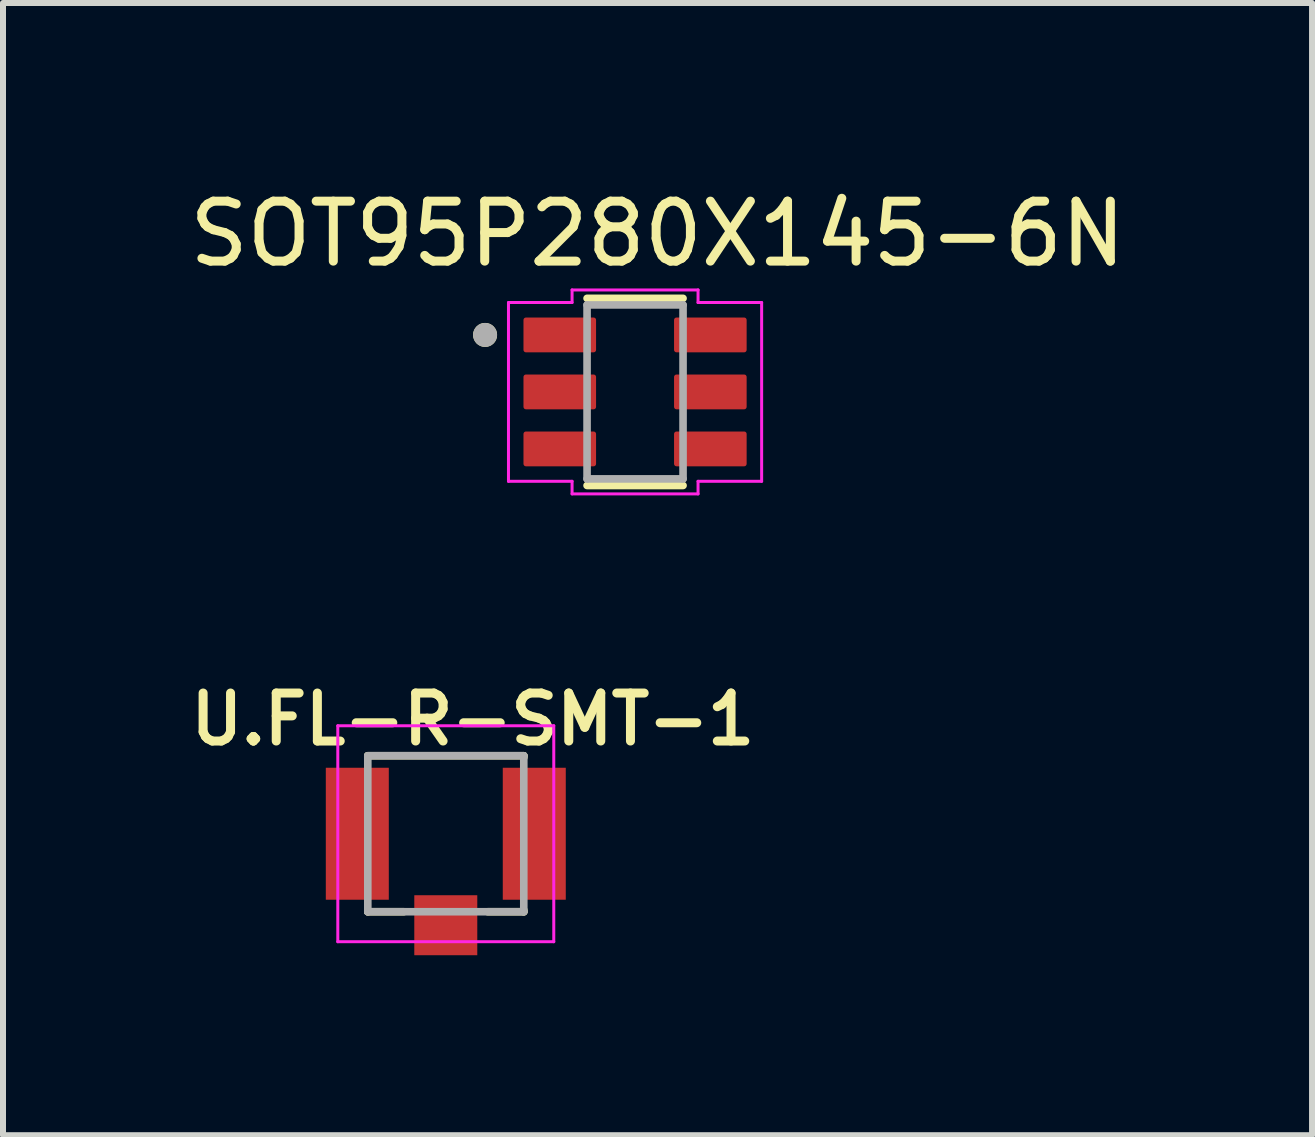
<source format=kicad_pcb>
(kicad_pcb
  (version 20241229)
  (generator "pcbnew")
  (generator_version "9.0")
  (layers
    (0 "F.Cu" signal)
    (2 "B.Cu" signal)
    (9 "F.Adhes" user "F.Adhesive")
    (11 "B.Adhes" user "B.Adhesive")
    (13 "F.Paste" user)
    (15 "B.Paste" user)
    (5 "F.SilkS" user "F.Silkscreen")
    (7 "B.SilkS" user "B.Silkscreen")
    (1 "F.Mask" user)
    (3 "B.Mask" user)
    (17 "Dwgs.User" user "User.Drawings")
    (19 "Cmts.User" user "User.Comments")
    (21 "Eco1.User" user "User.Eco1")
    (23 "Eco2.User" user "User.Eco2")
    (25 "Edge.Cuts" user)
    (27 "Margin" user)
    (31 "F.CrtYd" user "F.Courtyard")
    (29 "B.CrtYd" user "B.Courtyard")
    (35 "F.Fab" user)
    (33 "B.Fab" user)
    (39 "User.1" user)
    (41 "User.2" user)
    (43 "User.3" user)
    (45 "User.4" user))
  (footprint "U.FL-R-SMT-1"
    (layer "F.Cu")
    (at 4.381 10.848)
    (property "Reference" "U.FL-R-SMT-1" (at 0.45 -1.908 0) (layer "F.SilkS") (effects (font (size 0.8 0.8) (thickness 0.15))))
    (attr smd)
    (fp_line (start -1.3 -1.3) (end 1.3 -1.3) (stroke (width 0.127) (type solid)) (layer "F.SilkS"))
    (fp_line (start -1.3 -1.27) (end -1.3 -1.3) (stroke (width 0.127) (type solid)) (layer "F.SilkS"))
    (fp_line (start -1.3 1.3) (end -1.3 1.27) (stroke (width 0.127) (type solid)) (layer "F.SilkS"))
    (fp_line (start -0.7 1.3) (end -1.3 1.3) (stroke (width 0.127) (type solid)) (layer "F.SilkS"))
    (fp_line (start 0.7 1.3) (end 1.3 1.3) (stroke (width 0.127) (type solid)) (layer "F.SilkS"))
    (fp_line (start 1.3 -1.3) (end 1.3 -1.27) (stroke (width 0.127) (type solid)) (layer "F.SilkS"))
    (fp_line (start 1.3 1.3) (end 1.3 1.27) (stroke (width 0.127) (type solid)) (layer "F.SilkS"))
    (fp_line (start -1.8 -1.8) (end 1.8 -1.8) (stroke (width 0.05) (type solid)) (layer "F.CrtYd"))
    (fp_line (start -1.8 1.8) (end -1.8 -1.8) (stroke (width 0.05) (type solid)) (layer "F.CrtYd"))
    (fp_line (start 1.8 -1.8) (end 1.8 1.8) (stroke (width 0.05) (type solid)) (layer "F.CrtYd"))
    (fp_line (start 1.8 1.8) (end -1.8 1.8) (stroke (width 0.05) (type solid)) (layer "F.CrtYd"))
    (fp_line (start -1.3 -1.3) (end 1.3 -1.3) (stroke (width 0.127) (type solid)) (layer "F.Fab"))
    (fp_line (start -1.3 1.3) (end -1.3 -1.3) (stroke (width 0.127) (type solid)) (layer "F.Fab"))
    (fp_line (start 1.3 -1.3) (end 1.3 1.3) (stroke (width 0.127) (type solid)) (layer "F.Fab"))
    (fp_line (start 1.3 1.3) (end -1.3 1.3) (stroke (width 0.127) (type solid)) (layer "F.Fab"))
    (pad "GND1" smd rect (at -1.475 0) (size 1.05 2.2) (layers "F.Cu" "F.Mask" "F.Paste"))
    (pad "GND2" smd rect (at 1.475 0) (size 1.05 2.2) (layers "F.Cu" "F.Mask" "F.Paste"))
    (pad "SIG" smd rect (at 0 1.525) (size 1.05 1) (layers "F.Cu" "F.Mask" "F.Paste")))
  (footprint "SOT95P280X145-6N"
    (layer "F.Cu")
    (at 7.536 3.483)
    (property "Reference" "SOT95P280X145-6N" (at 0.375 -2.635 0) (layer "F.SilkS") (effects (font (size 1 1) (thickness 0.15))))
    (attr smd)
    (fp_line (start -0.8 1.56) (end 0.8 1.56) (stroke (width 0.127) (type solid)) (layer "F.SilkS"))
    (fp_line (start 0.8 -1.56) (end -0.8 -1.56) (stroke (width 0.127) (type solid)) (layer "F.SilkS"))
    (fp_circle (center -2.5 -0.95) (end -2.4 -0.95) (stroke (width 0.2) (type solid)) (fill no) (layer "F.SilkS"))
    (fp_line (start -2.11 -1.49) (end -2.11 1.49) (stroke (width 0.05) (type solid)) (layer "F.CrtYd"))
    (fp_line (start -2.11 -1.49) (end -1.05 -1.49) (stroke (width 0.05) (type solid)) (layer "F.CrtYd"))
    (fp_line (start -2.11 1.49) (end -1.05 1.49) (stroke (width 0.05) (type solid)) (layer "F.CrtYd"))
    (fp_line (start -1.05 -1.49) (end -1.05 -1.7) (stroke (width 0.05) (type solid)) (layer "F.CrtYd"))
    (fp_line (start -1.05 1.49) (end -1.05 1.7) (stroke (width 0.05) (type solid)) (layer "F.CrtYd"))
    (fp_line (start -1.05 1.7) (end 1.05 1.7) (stroke (width 0.05) (type solid)) (layer "F.CrtYd"))
    (fp_line (start 1.05 -1.7) (end -1.05 -1.7) (stroke (width 0.05) (type solid)) (layer "F.CrtYd"))
    (fp_line (start 1.05 -1.49) (end 1.05 -1.7) (stroke (width 0.05) (type solid)) (layer "F.CrtYd"))
    (fp_line (start 1.05 1.49) (end 1.05 1.7) (stroke (width 0.05) (type solid)) (layer "F.CrtYd"))
    (fp_line (start 2.11 -1.49) (end 1.05 -1.49) (stroke (width 0.05) (type solid)) (layer "F.CrtYd"))
    (fp_line (start 2.11 1.49) (end 1.05 1.49) (stroke (width 0.05) (type solid)) (layer "F.CrtYd"))
    (fp_line (start 2.11 1.49) (end 2.11 -1.49) (stroke (width 0.05) (type solid)) (layer "F.CrtYd"))
    (fp_line (start -0.8 -1.45) (end -0.8 1.45) (stroke (width 0.127) (type solid)) (layer "F.Fab"))
    (fp_line (start -0.8 1.45) (end 0.8 1.45) (stroke (width 0.127) (type solid)) (layer "F.Fab"))
    (fp_line (start 0.8 -1.45) (end -0.8 -1.45) (stroke (width 0.127) (type solid)) (layer "F.Fab"))
    (fp_line (start 0.8 1.45) (end 0.8 -1.45) (stroke (width 0.127) (type solid)) (layer "F.Fab"))
    (fp_circle (center -2.5 -0.95) (end -2.4 -0.95) (stroke (width 0.2) (type solid)) (fill no) (layer "F.Fab"))
    (pad "1" smd roundrect (at -1.255 -0.95) (size 1.21 0.58) (layers "F.Cu" "F.Mask" "F.Paste") (roundrect_rratio 0.07))
    (pad "2" smd roundrect (at -1.255 0) (size 1.21 0.58) (layers "F.Cu" "F.Mask" "F.Paste") (roundrect_rratio 0.07))
    (pad "3" smd roundrect (at -1.255 0.95) (size 1.21 0.58) (layers "F.Cu" "F.Mask" "F.Paste") (roundrect_rratio 0.07))
    (pad "4" smd roundrect (at 1.255 0.95) (size 1.21 0.58) (layers "F.Cu" "F.Mask" "F.Paste") (roundrect_rratio 0.07))
    (pad "5" smd roundrect (at 1.255 0) (size 1.21 0.58) (layers "F.Cu" "F.Mask" "F.Paste") (roundrect_rratio 0.07))
    (pad "6" smd roundrect (at 1.255 -0.95) (size 1.21 0.58) (layers "F.Cu" "F.Mask" "F.Paste") (roundrect_rratio 0.07)))
  (gr_rect
    (start -3 -3)
    (end 18.821 15.873)
    (stroke (width 0.1) (type default))
    (fill no)
    (layer "Edge.Cuts")))
</source>
